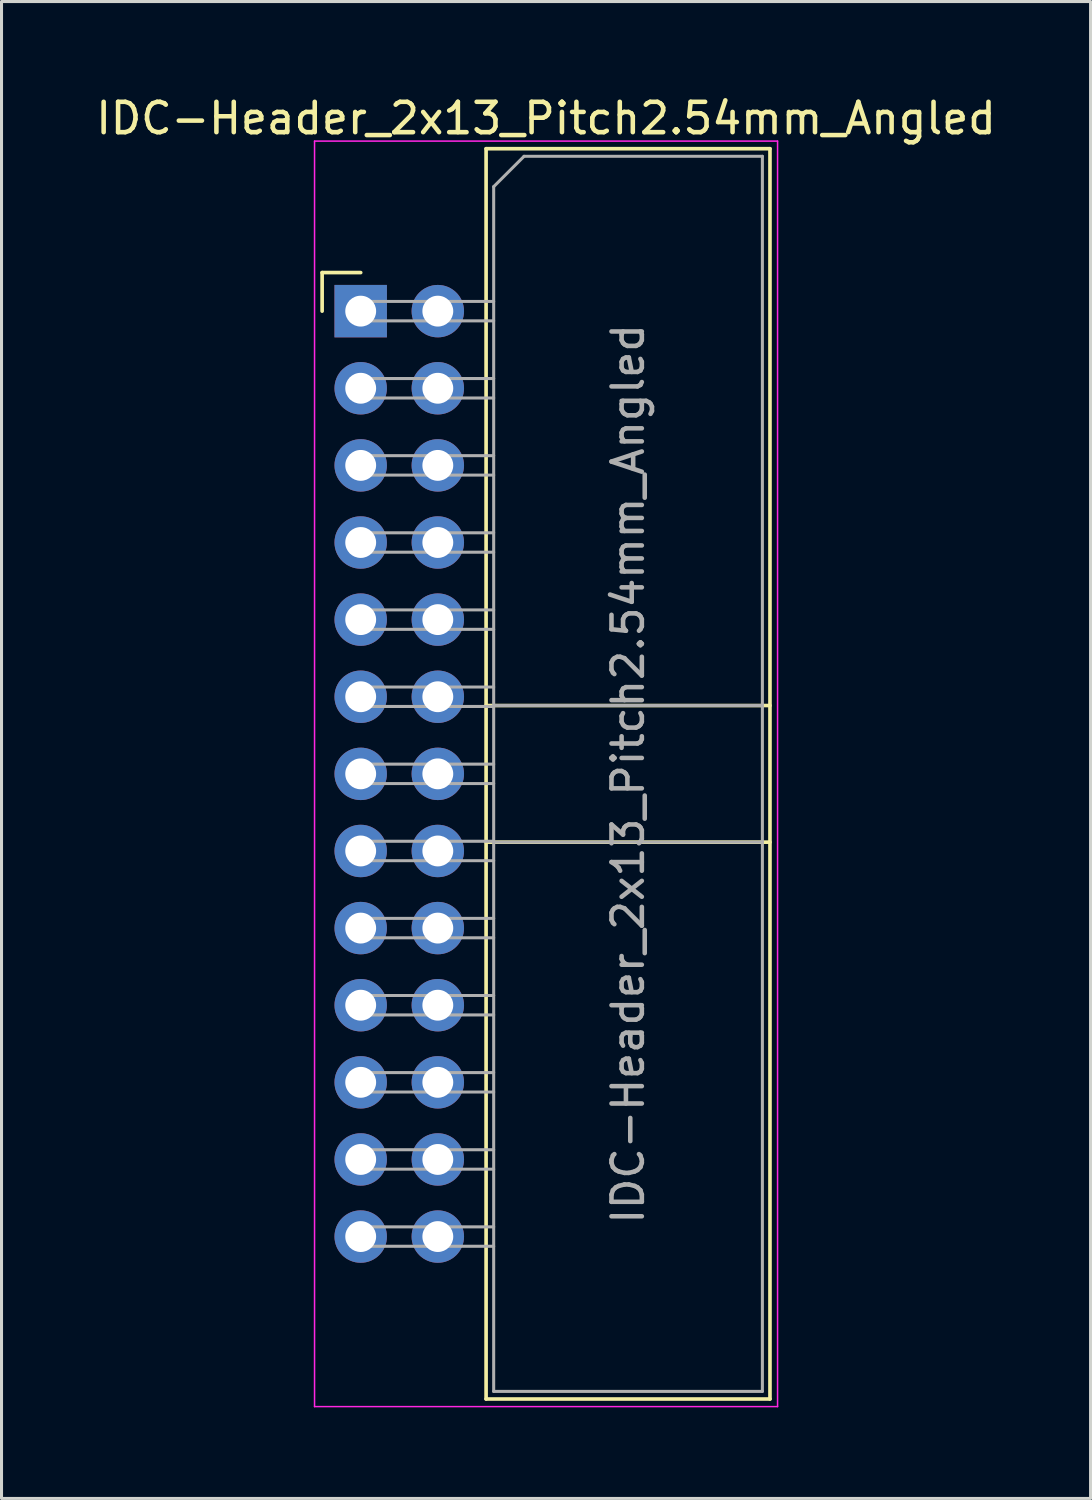
<source format=kicad_pcb>
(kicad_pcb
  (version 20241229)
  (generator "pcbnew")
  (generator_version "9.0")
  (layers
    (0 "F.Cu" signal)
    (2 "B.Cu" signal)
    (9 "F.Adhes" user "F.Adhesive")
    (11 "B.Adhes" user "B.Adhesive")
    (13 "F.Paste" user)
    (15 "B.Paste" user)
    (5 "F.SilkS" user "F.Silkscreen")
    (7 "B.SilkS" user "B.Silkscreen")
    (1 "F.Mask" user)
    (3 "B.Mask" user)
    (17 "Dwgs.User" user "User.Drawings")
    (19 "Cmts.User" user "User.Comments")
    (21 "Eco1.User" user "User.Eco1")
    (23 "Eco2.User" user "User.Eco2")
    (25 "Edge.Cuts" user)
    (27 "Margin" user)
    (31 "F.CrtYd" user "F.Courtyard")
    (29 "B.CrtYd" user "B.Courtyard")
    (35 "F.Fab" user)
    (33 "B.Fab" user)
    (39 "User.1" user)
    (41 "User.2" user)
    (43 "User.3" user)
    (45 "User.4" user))
  (footprint "IDC-Header_2x13_Pitch2.54mm_Angled"
    (layer "F.Cu")
    (at 8.83 7.198)
    (property "Reference" "IDC-Header_2x13_Pitch2.54mm_Angled" (at 6.105 -6.35 0) (layer "F.SilkS") (effects (font (size 1 1) (thickness 0.15))))
    (attr through_hole)
    (fp_line (start -1.27 -1.27) (end -1.27 0) (stroke (width 0.12) (type solid)) (layer "F.SilkS"))
    (fp_line (start 0 -1.27) (end -1.27 -1.27) (stroke (width 0.12) (type solid)) (layer "F.SilkS"))
    (fp_line (start 4.13 -5.35) (end 13.48 -5.35) (stroke (width 0.12) (type solid)) (layer "F.SilkS"))
    (fp_line (start 4.13 12.99) (end 13.48 12.99) (stroke (width 0.12) (type solid)) (layer "F.SilkS"))
    (fp_line (start 4.13 17.49) (end 13.48 17.49) (stroke (width 0.12) (type solid)) (layer "F.SilkS"))
    (fp_line (start 4.13 35.83) (end 4.13 -5.35) (stroke (width 0.12) (type solid)) (layer "F.SilkS"))
    (fp_line (start 4.13 35.83) (end 13.48 35.83) (stroke (width 0.12) (type solid)) (layer "F.SilkS"))
    (fp_line (start 13.48 -5.35) (end 13.48 35.83) (stroke (width 0.12) (type solid)) (layer "F.SilkS"))
    (fp_line (start -1.52 -5.6) (end 13.73 -5.6) (stroke (width 0.05) (type solid)) (layer "F.CrtYd"))
    (fp_line (start -1.52 36.08) (end -1.52 -5.6) (stroke (width 0.05) (type solid)) (layer "F.CrtYd"))
    (fp_line (start 13.73 -5.6) (end 13.73 36.08) (stroke (width 0.05) (type solid)) (layer "F.CrtYd"))
    (fp_line (start 13.73 36.08) (end -1.52 36.08) (stroke (width 0.05) (type solid)) (layer "F.CrtYd"))
    (fp_line (start -0.32 -0.32) (end -0.32 0.32) (stroke (width 0.1) (type solid)) (layer "F.Fab"))
    (fp_line (start -0.32 0.32) (end 4.38 0.32) (stroke (width 0.1) (type solid)) (layer "F.Fab"))
    (fp_line (start -0.32 2.22) (end -0.32 2.86) (stroke (width 0.1) (type solid)) (layer "F.Fab"))
    (fp_line (start -0.32 2.86) (end 4.38 2.86) (stroke (width 0.1) (type solid)) (layer "F.Fab"))
    (fp_line (start -0.32 4.76) (end -0.32 5.4) (stroke (width 0.1) (type solid)) (layer "F.Fab"))
    (fp_line (start -0.32 5.4) (end 4.38 5.4) (stroke (width 0.1) (type solid)) (layer "F.Fab"))
    (fp_line (start -0.32 7.3) (end -0.32 7.94) (stroke (width 0.1) (type solid)) (layer "F.Fab"))
    (fp_line (start -0.32 7.94) (end 4.38 7.94) (stroke (width 0.1) (type solid)) (layer "F.Fab"))
    (fp_line (start -0.32 9.84) (end -0.32 10.48) (stroke (width 0.1) (type solid)) (layer "F.Fab"))
    (fp_line (start -0.32 10.48) (end 4.38 10.48) (stroke (width 0.1) (type solid)) (layer "F.Fab"))
    (fp_line (start -0.32 12.38) (end -0.32 13.02) (stroke (width 0.1) (type solid)) (layer "F.Fab"))
    (fp_line (start -0.32 13.02) (end 4.38 13.02) (stroke (width 0.1) (type solid)) (layer "F.Fab"))
    (fp_line (start -0.32 14.92) (end -0.32 15.56) (stroke (width 0.1) (type solid)) (layer "F.Fab"))
    (fp_line (start -0.32 15.56) (end 4.38 15.56) (stroke (width 0.1) (type solid)) (layer "F.Fab"))
    (fp_line (start -0.32 17.46) (end -0.32 18.1) (stroke (width 0.1) (type solid)) (layer "F.Fab"))
    (fp_line (start -0.32 18.1) (end 4.38 18.1) (stroke (width 0.1) (type solid)) (layer "F.Fab"))
    (fp_line (start -0.32 20) (end -0.32 20.64) (stroke (width 0.1) (type solid)) (layer "F.Fab"))
    (fp_line (start -0.32 20.64) (end 4.38 20.64) (stroke (width 0.1) (type solid)) (layer "F.Fab"))
    (fp_line (start -0.32 22.54) (end -0.32 23.18) (stroke (width 0.1) (type solid)) (layer "F.Fab"))
    (fp_line (start -0.32 23.18) (end 4.38 23.18) (stroke (width 0.1) (type solid)) (layer "F.Fab"))
    (fp_line (start -0.32 25.08) (end -0.32 25.72) (stroke (width 0.1) (type solid)) (layer "F.Fab"))
    (fp_line (start -0.32 25.72) (end 4.38 25.72) (stroke (width 0.1) (type solid)) (layer "F.Fab"))
    (fp_line (start -0.32 27.62) (end -0.32 28.26) (stroke (width 0.1) (type solid)) (layer "F.Fab"))
    (fp_line (start -0.32 28.26) (end 4.38 28.26) (stroke (width 0.1) (type solid)) (layer "F.Fab"))
    (fp_line (start -0.32 30.16) (end -0.32 30.8) (stroke (width 0.1) (type solid)) (layer "F.Fab"))
    (fp_line (start -0.32 30.8) (end 4.38 30.8) (stroke (width 0.1) (type solid)) (layer "F.Fab"))
    (fp_line (start 4.38 -4.1) (end 5.38 -5.1) (stroke (width 0.1) (type solid)) (layer "F.Fab"))
    (fp_line (start 4.38 -0.32) (end -0.32 -0.32) (stroke (width 0.1) (type solid)) (layer "F.Fab"))
    (fp_line (start 4.38 2.22) (end -0.32 2.22) (stroke (width 0.1) (type solid)) (layer "F.Fab"))
    (fp_line (start 4.38 4.76) (end -0.32 4.76) (stroke (width 0.1) (type solid)) (layer "F.Fab"))
    (fp_line (start 4.38 7.3) (end -0.32 7.3) (stroke (width 0.1) (type solid)) (layer "F.Fab"))
    (fp_line (start 4.38 9.84) (end -0.32 9.84) (stroke (width 0.1) (type solid)) (layer "F.Fab"))
    (fp_line (start 4.38 12.38) (end -0.32 12.38) (stroke (width 0.1) (type solid)) (layer "F.Fab"))
    (fp_line (start 4.38 12.99) (end 13.23 12.99) (stroke (width 0.1) (type solid)) (layer "F.Fab"))
    (fp_line (start 4.38 14.92) (end -0.32 14.92) (stroke (width 0.1) (type solid)) (layer "F.Fab"))
    (fp_line (start 4.38 17.46) (end -0.32 17.46) (stroke (width 0.1) (type solid)) (layer "F.Fab"))
    (fp_line (start 4.38 17.49) (end 13.23 17.49) (stroke (width 0.1) (type solid)) (layer "F.Fab"))
    (fp_line (start 4.38 20) (end -0.32 20) (stroke (width 0.1) (type solid)) (layer "F.Fab"))
    (fp_line (start 4.38 22.54) (end -0.32 22.54) (stroke (width 0.1) (type solid)) (layer "F.Fab"))
    (fp_line (start 4.38 25.08) (end -0.32 25.08) (stroke (width 0.1) (type solid)) (layer "F.Fab"))
    (fp_line (start 4.38 27.62) (end -0.32 27.62) (stroke (width 0.1) (type solid)) (layer "F.Fab"))
    (fp_line (start 4.38 30.16) (end -0.32 30.16) (stroke (width 0.1) (type solid)) (layer "F.Fab"))
    (fp_line (start 4.38 35.58) (end 4.38 -4.1) (stroke (width 0.1) (type solid)) (layer "F.Fab"))
    (fp_line (start 4.38 35.58) (end 13.23 35.58) (stroke (width 0.1) (type solid)) (layer "F.Fab"))
    (fp_line (start 5.38 -5.1) (end 13.23 -5.1) (stroke (width 0.1) (type solid)) (layer "F.Fab"))
    (fp_line (start 13.23 35.58) (end 13.23 -5.1) (stroke (width 0.1) (type solid)) (layer "F.Fab"))
    (fp_text user "${REFERENCE}" (at 8.805 15.24 90) (layer "F.Fab") (effects (font (size 1 1) (thickness 0.15))))
    (pad "1" thru_hole rect (at 0 0) (size 1.727 1.727) (drill 1.016) (layers "*.Cu" "*.Mask"))
    (pad "2" thru_hole oval (at 2.54 0) (size 1.727 1.727) (drill 1.016) (layers "*.Cu" "*.Mask"))
    (pad "3" thru_hole oval (at 0 2.54) (size 1.727 1.727) (drill 1.016) (layers "*.Cu" "*.Mask"))
    (pad "4" thru_hole oval (at 2.54 2.54) (size 1.727 1.727) (drill 1.016) (layers "*.Cu" "*.Mask"))
    (pad "5" thru_hole oval (at 0 5.08) (size 1.727 1.727) (drill 1.016) (layers "*.Cu" "*.Mask"))
    (pad "6" thru_hole oval (at 2.54 5.08) (size 1.727 1.727) (drill 1.016) (layers "*.Cu" "*.Mask"))
    (pad "7" thru_hole oval (at 0 7.62) (size 1.727 1.727) (drill 1.016) (layers "*.Cu" "*.Mask"))
    (pad "8" thru_hole oval (at 2.54 7.62) (size 1.727 1.727) (drill 1.016) (layers "*.Cu" "*.Mask"))
    (pad "9" thru_hole oval (at 0 10.16) (size 1.727 1.727) (drill 1.016) (layers "*.Cu" "*.Mask"))
    (pad "10" thru_hole oval (at 2.54 10.16) (size 1.727 1.727) (drill 1.016) (layers "*.Cu" "*.Mask"))
    (pad "11" thru_hole oval (at 0 12.7) (size 1.727 1.727) (drill 1.016) (layers "*.Cu" "*.Mask"))
    (pad "12" thru_hole oval (at 2.54 12.7) (size 1.727 1.727) (drill 1.016) (layers "*.Cu" "*.Mask"))
    (pad "13" thru_hole oval (at 0 15.24) (size 1.727 1.727) (drill 1.016) (layers "*.Cu" "*.Mask"))
    (pad "14" thru_hole oval (at 2.54 15.24) (size 1.727 1.727) (drill 1.016) (layers "*.Cu" "*.Mask"))
    (pad "15" thru_hole oval (at 0 17.78) (size 1.727 1.727) (drill 1.016) (layers "*.Cu" "*.Mask"))
    (pad "16" thru_hole oval (at 2.54 17.78) (size 1.727 1.727) (drill 1.016) (layers "*.Cu" "*.Mask"))
    (pad "17" thru_hole oval (at 0 20.32) (size 1.727 1.727) (drill 1.016) (layers "*.Cu" "*.Mask"))
    (pad "18" thru_hole oval (at 2.54 20.32) (size 1.727 1.727) (drill 1.016) (layers "*.Cu" "*.Mask"))
    (pad "19" thru_hole oval (at 0 22.86) (size 1.727 1.727) (drill 1.016) (layers "*.Cu" "*.Mask"))
    (pad "20" thru_hole oval (at 2.54 22.86) (size 1.727 1.727) (drill 1.016) (layers "*.Cu" "*.Mask"))
    (pad "21" thru_hole oval (at 0 25.4) (size 1.727 1.727) (drill 1.016) (layers "*.Cu" "*.Mask"))
    (pad "22" thru_hole oval (at 2.54 25.4) (size 1.727 1.727) (drill 1.016) (layers "*.Cu" "*.Mask"))
    (pad "23" thru_hole oval (at 0 27.94) (size 1.727 1.727) (drill 1.016) (layers "*.Cu" "*.Mask"))
    (pad "24" thru_hole oval (at 2.54 27.94) (size 1.727 1.727) (drill 1.016) (layers "*.Cu" "*.Mask"))
    (pad "25" thru_hole oval (at 0 30.48) (size 1.727 1.727) (drill 1.016) (layers "*.Cu" "*.Mask"))
    (pad "26" thru_hole oval (at 2.54 30.48) (size 1.727 1.727) (drill 1.016) (layers "*.Cu" "*.Mask")))
  (gr_rect
    (start -3 -3)
    (end 32.869 46.303)
    (stroke (width 0.1) (type default))
    (fill no)
    (layer "Edge.Cuts")))
</source>
